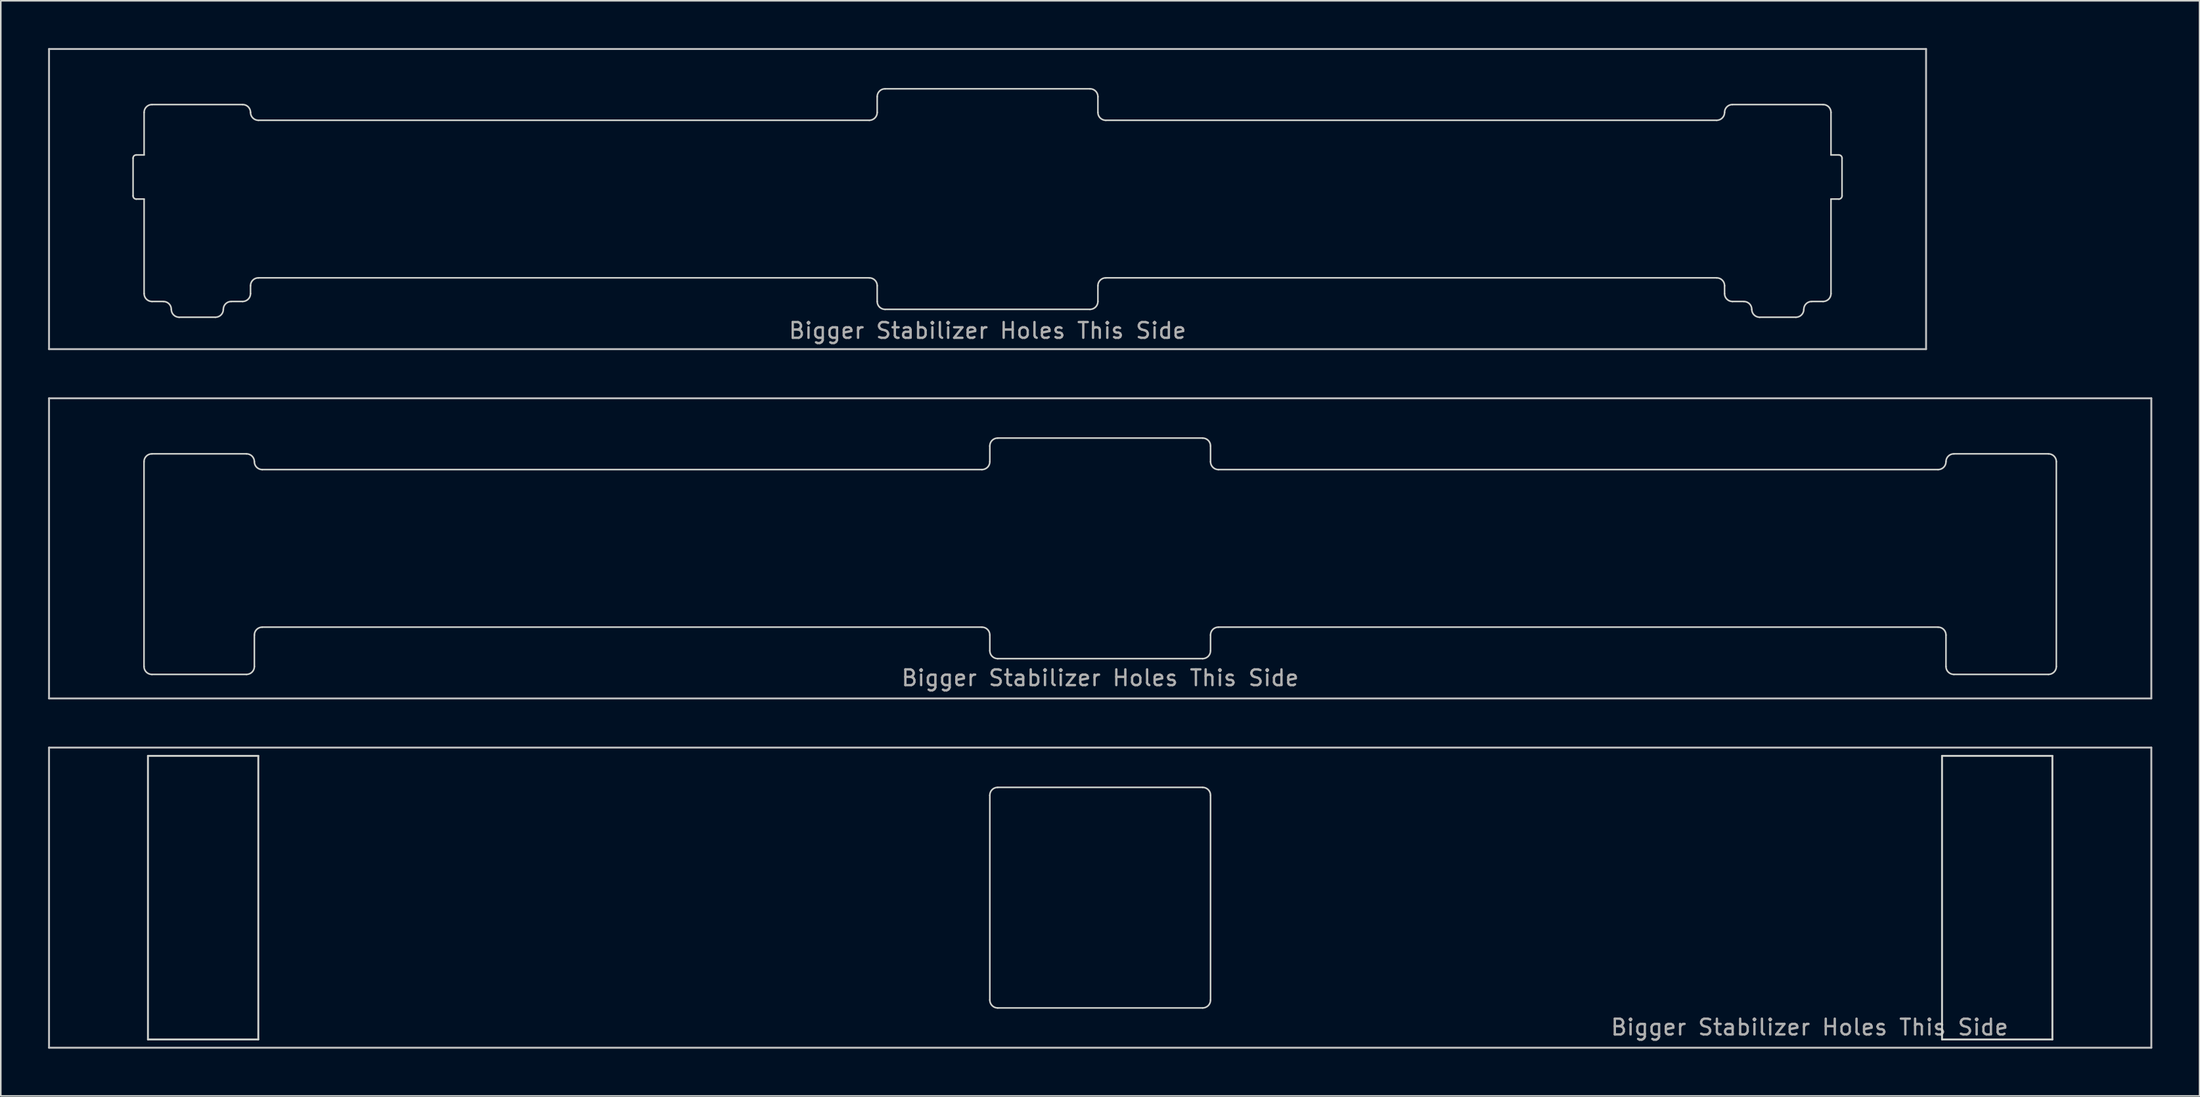
<source format=kicad_pcb>
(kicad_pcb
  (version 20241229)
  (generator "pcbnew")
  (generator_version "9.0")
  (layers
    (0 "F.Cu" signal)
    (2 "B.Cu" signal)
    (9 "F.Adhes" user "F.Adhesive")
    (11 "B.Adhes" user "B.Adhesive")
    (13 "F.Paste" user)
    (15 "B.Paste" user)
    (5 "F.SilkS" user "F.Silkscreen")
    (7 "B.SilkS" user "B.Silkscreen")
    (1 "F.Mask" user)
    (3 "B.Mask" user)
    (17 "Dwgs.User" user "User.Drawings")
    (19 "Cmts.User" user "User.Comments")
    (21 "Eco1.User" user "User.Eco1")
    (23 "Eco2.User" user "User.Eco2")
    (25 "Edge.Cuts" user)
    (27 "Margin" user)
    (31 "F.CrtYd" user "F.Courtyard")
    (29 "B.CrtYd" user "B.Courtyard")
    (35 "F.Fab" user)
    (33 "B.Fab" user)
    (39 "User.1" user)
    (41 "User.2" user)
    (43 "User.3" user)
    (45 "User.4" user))
  (footprint "mx_top_plate_7.00u_pcb_mount"
    (layer "F.Cu")
    (at 66.735 53.925)
    (property "Reference" "mx_top_plate_7.00u_pcb_mount" (at 0 2.381 0) (layer "Eco1.User") (effects (font (size 1 1) (thickness 0.15))))
    (attr through_hole)
    (fp_line (start -66.675 -9.525) (end 66.675 -9.525) (stroke (width 0.12) (type solid)) (layer "Dwgs.User"))
    (fp_line (start -66.675 9.525) (end -66.675 -9.525) (stroke (width 0.12) (type solid)) (layer "Dwgs.User"))
    (fp_line (start 66.675 -9.525) (end 66.675 9.525) (stroke (width 0.12) (type solid)) (layer "Dwgs.User"))
    (fp_line (start 66.675 9.525) (end -66.675 9.525) (stroke (width 0.12) (type solid)) (layer "Dwgs.User"))
    (fp_line (start 0 0) (end -0.5 0) (stroke (width 0.12) (type solid)) (layer "Eco1.User"))
    (fp_line (start 0 0) (end 0 -0.5) (stroke (width 0.12) (type solid)) (layer "Eco1.User"))
    (fp_line (start 0 0) (end 0 0.5) (stroke (width 0.12) (type solid)) (layer "Eco1.User"))
    (fp_line (start 0 0) (end 0.5 0) (stroke (width 0.12) (type solid)) (layer "Eco1.User"))
    (fp_line (start -60.4 -9) (end -53.4 -9) (stroke (width 0.12) (type default)) (layer "Edge.Cuts"))
    (fp_line (start -60.4 9) (end -60.4 -9) (stroke (width 0.12) (type default)) (layer "Edge.Cuts"))
    (fp_line (start -53.4 -9) (end -53.4 9) (stroke (width 0.12) (type default)) (layer "Edge.Cuts"))
    (fp_line (start -53.4 9) (end -60.4 9) (stroke (width 0.12) (type default)) (layer "Edge.Cuts"))
    (fp_line (start -7 -6.491) (end -7 6.5) (stroke (width 0.1) (type solid)) (layer "Edge.Cuts"))
    (fp_line (start -6.5 -7) (end 6.5 -7) (stroke (width 0.1) (type solid)) (layer "Edge.Cuts"))
    (fp_line (start -6.5 7) (end 6.5 7) (stroke (width 0.1) (type solid)) (layer "Edge.Cuts"))
    (fp_line (start 7 -6.491) (end 7 6.509) (stroke (width 0.1) (type solid)) (layer "Edge.Cuts"))
    (fp_line (start 53.4 -9) (end 60.4 -9) (stroke (width 0.12) (type default)) (layer "Edge.Cuts"))
    (fp_line (start 53.4 9) (end 53.4 -9) (stroke (width 0.12) (type default)) (layer "Edge.Cuts"))
    (fp_line (start 60.4 -9) (end 60.4 9) (stroke (width 0.12) (type default)) (layer "Edge.Cuts"))
    (fp_line (start 60.4 9) (end 53.4 9) (stroke (width 0.12) (type default)) (layer "Edge.Cuts"))
    (fp_arc (start -7 -6.5) (mid -6.853553 -6.853553) (end -6.5 -7) (stroke (width 0.1) (type solid)) (layer "Edge.Cuts"))
    (fp_arc (start -6.5 7) (mid -6.853553 6.853553) (end -7 6.5) (stroke (width 0.1) (type solid)) (layer "Edge.Cuts"))
    (fp_arc (start 6.5 -7) (mid 6.853553 -6.853553) (end 7 -6.5) (stroke (width 0.1) (type solid)) (layer "Edge.Cuts"))
    (fp_arc (start 7 6.5) (mid 6.853553 6.853553) (end 6.5 7) (stroke (width 0.1) (type solid)) (layer "Edge.Cuts"))
    (fp_text user "Bigger Stabilizer Holes This Side" (at 45 8.225 0) (unlocked yes) (layer "F.Fab") (effects (font (size 1 1) (thickness 0.15)))))
  (footprint "mx_top_plate_7.00u"
    (layer "F.Cu")
    (at 66.735 31.755)
    (property "Reference" "mx_top_plate_7.00u" (at 0 2.381 0) (layer "Eco1.User") (effects (font (size 1 1) (thickness 0.15))))
    (attr through_hole)
    (fp_line (start -66.675 -9.525) (end 66.675 -9.525) (stroke (width 0.12) (type solid)) (layer "Dwgs.User"))
    (fp_line (start -66.675 9.525) (end -66.675 -9.525) (stroke (width 0.12) (type solid)) (layer "Dwgs.User"))
    (fp_line (start 66.675 -9.525) (end 66.675 9.525) (stroke (width 0.12) (type solid)) (layer "Dwgs.User"))
    (fp_line (start 66.675 9.525) (end -66.675 9.525) (stroke (width 0.12) (type solid)) (layer "Dwgs.User"))
    (fp_line (start 0 0) (end -0.5 0) (stroke (width 0.12) (type solid)) (layer "Eco1.User"))
    (fp_line (start 0 0) (end 0 -0.5) (stroke (width 0.12) (type solid)) (layer "Eco1.User"))
    (fp_line (start 0 0) (end 0 0.5) (stroke (width 0.12) (type solid)) (layer "Eco1.User"))
    (fp_line (start 0 0) (end 0.5 0) (stroke (width 0.12) (type solid)) (layer "Eco1.User"))
    (fp_line (start -60.65 -5.5) (end -60.65 7.5) (stroke (width 0.1) (type solid)) (layer "Edge.Cuts"))
    (fp_line (start -60.15 -6) (end -54.15 -6) (stroke (width 0.1) (type solid)) (layer "Edge.Cuts"))
    (fp_line (start -60.15 8) (end -54.15 8) (stroke (width 0.1) (type solid)) (layer "Edge.Cuts"))
    (fp_line (start -53.65 5.5) (end -53.65 7.5) (stroke (width 0.1) (type solid)) (layer "Edge.Cuts"))
    (fp_line (start -53.15 -5) (end -7.5 -5) (stroke (width 0.1) (type solid)) (layer "Edge.Cuts"))
    (fp_line (start -53.15 5) (end -7.5 5) (stroke (width 0.1) (type solid)) (layer "Edge.Cuts"))
    (fp_line (start -7 -6.5) (end -7 -5.5) (stroke (width 0.1) (type solid)) (layer "Edge.Cuts"))
    (fp_line (start -7 5.5) (end -7 6.5) (stroke (width 0.1) (type solid)) (layer "Edge.Cuts"))
    (fp_line (start -6.5 7) (end 6.5 7) (stroke (width 0.1) (type solid)) (layer "Edge.Cuts"))
    (fp_line (start -6.5 -7) (end 6.5 -7) (stroke (width 0.1) (type solid)) (layer "Edge.Cuts"))
    (fp_line (start 7 5.5) (end 7 6.5) (stroke (width 0.1) (type solid)) (layer "Edge.Cuts"))
    (fp_line (start 7 -6.5) (end 7 -5.5) (stroke (width 0.1) (type solid)) (layer "Edge.Cuts"))
    (fp_line (start 7.5 5) (end 53.15 5) (stroke (width 0.1) (type solid)) (layer "Edge.Cuts"))
    (fp_line (start 7.5 -5) (end 53.15 -5) (stroke (width 0.1) (type solid)) (layer "Edge.Cuts"))
    (fp_line (start 53.65 5.5) (end 53.65 7.5) (stroke (width 0.1) (type solid)) (layer "Edge.Cuts"))
    (fp_line (start 54.15 -6) (end 60.15 -6) (stroke (width 0.1) (type solid)) (layer "Edge.Cuts"))
    (fp_line (start 54.15 8) (end 60.15 8) (stroke (width 0.1) (type solid)) (layer "Edge.Cuts"))
    (fp_line (start 60.65 -5.5) (end 60.65 7.5) (stroke (width 0.1) (type solid)) (layer "Edge.Cuts"))
    (fp_arc (start -60.65 -5.5) (mid -60.503553 -5.853553) (end -60.15 -6) (stroke (width 0.1) (type solid)) (layer "Edge.Cuts"))
    (fp_arc (start -60.15 8.000454) (mid -60.503553 7.854007) (end -60.65 7.500454) (stroke (width 0.1) (type solid)) (layer "Edge.Cuts"))
    (fp_arc (start -54.15 -5.999546) (mid -53.796447 -5.853099) (end -53.65 -5.499546) (stroke (width 0.1) (type solid)) (layer "Edge.Cuts"))
    (fp_arc (start -53.65 5.500012) (mid -53.503553 5.146459) (end -53.15 5.000012) (stroke (width 0.1) (type solid)) (layer "Edge.Cuts"))
    (fp_arc (start -53.65 7.500454) (mid -53.796447 7.854007) (end -54.15 8.000454) (stroke (width 0.1) (type solid)) (layer "Edge.Cuts"))
    (fp_arc (start -53.15 -5) (mid -53.503553 -5.146447) (end -53.65 -5.5) (stroke (width 0.1) (type solid)) (layer "Edge.Cuts"))
    (fp_arc (start -7.499988 5.000012) (mid -7.146435 5.146459) (end -6.999988 5.500012) (stroke (width 0.1) (type solid)) (layer "Edge.Cuts"))
    (fp_arc (start -6.999988 -6.499988) (mid -6.853541 -6.853541) (end -6.499988 -6.999988) (stroke (width 0.1) (type solid)) (layer "Edge.Cuts"))
    (fp_arc (start -6.999988 -5.499988) (mid -7.146435 -5.146435) (end -7.499988 -4.999988) (stroke (width 0.1) (type solid)) (layer "Edge.Cuts"))
    (fp_arc (start -6.499988 7.000012) (mid -6.853541 6.853565) (end -6.999988 6.500012) (stroke (width 0.1) (type solid)) (layer "Edge.Cuts"))
    (fp_arc (start 6.500012 -6.999988) (mid 6.853565 -6.853541) (end 7.000012 -6.499988) (stroke (width 0.1) (type solid)) (layer "Edge.Cuts"))
    (fp_arc (start 6.999672 6.500007) (mid 6.853225 6.85356) (end 6.499672 7.000007) (stroke (width 0.1) (type solid)) (layer "Edge.Cuts"))
    (fp_arc (start 6.999684 5.500019) (mid 7.146119 5.146454) (end 7.499684 5.000019) (stroke (width 0.1) (type solid)) (layer "Edge.Cuts"))
    (fp_arc (start 7.500012 -4.999988) (mid 7.14646 -5.146436) (end 7.000012 -5.499988) (stroke (width 0.1) (type solid)) (layer "Edge.Cuts"))
    (fp_arc (start 53.149696 5.000019) (mid 53.503249 5.146466) (end 53.649696 5.500019) (stroke (width 0.1) (type solid)) (layer "Edge.Cuts"))
    (fp_arc (start 53.65 -5.5) (mid 53.796447 -5.853553) (end 54.15 -6) (stroke (width 0.1) (type solid)) (layer "Edge.Cuts"))
    (fp_arc (start 53.650024 -5.499988) (mid 53.503568 -5.146444) (end 53.150024 -4.999988) (stroke (width 0.1) (type solid)) (layer "Edge.Cuts"))
    (fp_arc (start 54.15 8) (mid 53.796447 7.853553) (end 53.65 7.5) (stroke (width 0.1) (type solid)) (layer "Edge.Cuts"))
    (fp_arc (start 60.15 -6) (mid 60.503553 -5.853553) (end 60.65 -5.5) (stroke (width 0.1) (type solid)) (layer "Edge.Cuts"))
    (fp_arc (start 60.65 7.5) (mid 60.503553 7.853553) (end 60.15 8) (stroke (width 0.1) (type solid)) (layer "Edge.Cuts"))
    (fp_text user "Bigger Stabilizer Holes This Side" (at 0 8.225 0) (unlocked yes) (layer "F.Fab") (effects (font (size 1 1) (thickness 0.15)))))
  (footprint "mx_top_plate_6.25u_plate_mount"
    (layer "F.Cu")
    (at 59.591 9.585)
    (property "Reference" "mx_top_plate_6.25u_plate_mount" (at 0 2.381 0) (layer "Eco1.User") (effects (font (size 1 1) (thickness 0.15))))
    (attr through_hole)
    (fp_line (start -59.531 -9.525) (end 59.531 -9.525) (stroke (width 0.12) (type solid)) (layer "Dwgs.User"))
    (fp_line (start -59.531 9.525) (end -59.531 -9.525) (stroke (width 0.12) (type solid)) (layer "Dwgs.User"))
    (fp_line (start 59.531 -9.525) (end 59.531 9.525) (stroke (width 0.12) (type solid)) (layer "Dwgs.User"))
    (fp_line (start 59.531 9.525) (end -59.531 9.525) (stroke (width 0.12) (type solid)) (layer "Dwgs.User"))
    (fp_line (start 0 0) (end -0.5 0) (stroke (width 0.12) (type solid)) (layer "Eco1.User"))
    (fp_line (start 0 0) (end 0 -0.5) (stroke (width 0.12) (type solid)) (layer "Eco1.User"))
    (fp_line (start 0 0) (end 0 0.5) (stroke (width 0.12) (type solid)) (layer "Eco1.User"))
    (fp_line (start 0 0) (end 0.5 0) (stroke (width 0.12) (type solid)) (layer "Eco1.User"))
    (fp_line (start -54.2 -2.6) (end -54.2 -0.2) (stroke (width 0.1) (type solid)) (layer "Edge.Cuts"))
    (fp_line (start -54 -2.8) (end -53.5 -2.8) (stroke (width 0.1) (type solid)) (layer "Edge.Cuts"))
    (fp_line (start -54 0) (end -53.5 0) (stroke (width 0.1) (type solid)) (layer "Edge.Cuts"))
    (fp_line (start -53.5 -5.5) (end -53.5 -2.8) (stroke (width 0.1) (type solid)) (layer "Edge.Cuts"))
    (fp_line (start -53.5 0) (end -53.5 6) (stroke (width 0.1) (type solid)) (layer "Edge.Cuts"))
    (fp_line (start -53 -6) (end -47.25 -6) (stroke (width 0.1) (type solid)) (layer "Edge.Cuts"))
    (fp_line (start -53 6.5) (end -52.275 6.5) (stroke (width 0.1) (type solid)) (layer "Edge.Cuts"))
    (fp_line (start -51.275 7.5) (end -48.975 7.5) (stroke (width 0.1) (type solid)) (layer "Edge.Cuts"))
    (fp_line (start -47.975 6.5) (end -47.25 6.5) (stroke (width 0.1) (type solid)) (layer "Edge.Cuts"))
    (fp_line (start -46.75 6) (end -46.75 5.5) (stroke (width 0.1) (type solid)) (layer "Edge.Cuts"))
    (fp_line (start -46.25 -5) (end -7.5 -5) (stroke (width 0.1) (type solid)) (layer "Edge.Cuts"))
    (fp_line (start -46.25 5) (end -7.5 5) (stroke (width 0.1) (type solid)) (layer "Edge.Cuts"))
    (fp_line (start -7 -6.5) (end -7 -5.5) (stroke (width 0.1) (type solid)) (layer "Edge.Cuts"))
    (fp_line (start -7 5.5) (end -7 6.5) (stroke (width 0.1) (type solid)) (layer "Edge.Cuts"))
    (fp_line (start -6.5 -7) (end 6.5 -7) (stroke (width 0.1) (type solid)) (layer "Edge.Cuts"))
    (fp_line (start -6.5 7) (end 6.5 7) (stroke (width 0.1) (type solid)) (layer "Edge.Cuts"))
    (fp_line (start 7 5.5) (end 7 6.5) (stroke (width 0.1) (type solid)) (layer "Edge.Cuts"))
    (fp_line (start 7 -6.5) (end 7 -5.5) (stroke (width 0.1) (type solid)) (layer "Edge.Cuts"))
    (fp_line (start 7.5 5) (end 46.25 5) (stroke (width 0.1) (type solid)) (layer "Edge.Cuts"))
    (fp_line (start 7.5 -5) (end 46.25 -5) (stroke (width 0.1) (type solid)) (layer "Edge.Cuts"))
    (fp_line (start 46.75 5.5) (end 46.75 6) (stroke (width 0.1) (type solid)) (layer "Edge.Cuts"))
    (fp_line (start 47.975 6.5) (end 47.25 6.5) (stroke (width 0.1) (type solid)) (layer "Edge.Cuts"))
    (fp_line (start 51.275 7.5) (end 48.975 7.5) (stroke (width 0.1) (type solid)) (layer "Edge.Cuts"))
    (fp_line (start 53 -6) (end 47.25 -6) (stroke (width 0.1) (type solid)) (layer "Edge.Cuts"))
    (fp_line (start 53 6.5) (end 52.275 6.5) (stroke (width 0.1) (type solid)) (layer "Edge.Cuts"))
    (fp_line (start 53.5 -5.5) (end 53.5 -2.8) (stroke (width 0.1) (type solid)) (layer "Edge.Cuts"))
    (fp_line (start 53.5 0) (end 53.5 6) (stroke (width 0.1) (type solid)) (layer "Edge.Cuts"))
    (fp_line (start 54 -2.8) (end 53.5 -2.8) (stroke (width 0.1) (type solid)) (layer "Edge.Cuts"))
    (fp_line (start 54 0) (end 53.5 0) (stroke (width 0.1) (type solid)) (layer "Edge.Cuts"))
    (fp_line (start 54.2 -2.6) (end 54.2 -0.2) (stroke (width 0.1) (type solid)) (layer "Edge.Cuts"))
    (fp_arc (start -54.2 -2.6) (mid -54.141421 -2.741421) (end -54 -2.8) (stroke (width 0.1) (type solid)) (layer "Edge.Cuts"))
    (fp_arc (start -54 0) (mid -54.141421 -0.058579) (end -54.2 -0.2) (stroke (width 0.1) (type solid)) (layer "Edge.Cuts"))
    (fp_arc (start -53.5 -5.5) (mid -53.353553 -5.853553) (end -53 -6) (stroke (width 0.1) (type solid)) (layer "Edge.Cuts"))
    (fp_arc (start -53 6.5) (mid -53.353553 6.353553) (end -53.5 6) (stroke (width 0.1) (type solid)) (layer "Edge.Cuts"))
    (fp_arc (start -52.275 6.5) (mid -51.921447 6.646447) (end -51.775 7) (stroke (width 0.1) (type solid)) (layer "Edge.Cuts"))
    (fp_arc (start -51.275 7.5) (mid -51.628553 7.353553) (end -51.775 7) (stroke (width 0.1) (type solid)) (layer "Edge.Cuts"))
    (fp_arc (start -48.475 7) (mid -48.621447 7.353553) (end -48.975 7.5) (stroke (width 0.1) (type solid)) (layer "Edge.Cuts"))
    (fp_arc (start -48.475 7) (mid -48.328553 6.646447) (end -47.975 6.5) (stroke (width 0.1) (type solid)) (layer "Edge.Cuts"))
    (fp_arc (start -47.25 -6) (mid -46.896447 -5.853553) (end -46.75 -5.5) (stroke (width 0.1) (type solid)) (layer "Edge.Cuts"))
    (fp_arc (start -46.75 5.5) (mid -46.603553 5.146447) (end -46.25 5) (stroke (width 0.1) (type solid)) (layer "Edge.Cuts"))
    (fp_arc (start -46.75 6) (mid -46.896447 6.353553) (end -47.25 6.5) (stroke (width 0.1) (type solid)) (layer "Edge.Cuts"))
    (fp_arc (start -46.25 -5) (mid -46.603553 -5.146447) (end -46.75 -5.5) (stroke (width 0.1) (type solid)) (layer "Edge.Cuts"))
    (fp_arc (start -7.5 5) (mid -7.146447 5.146447) (end -7 5.5) (stroke (width 0.1) (type solid)) (layer "Edge.Cuts"))
    (fp_arc (start -7 -6.5) (mid -6.853553 -6.853553) (end -6.5 -7) (stroke (width 0.1) (type solid)) (layer "Edge.Cuts"))
    (fp_arc (start -7 -5.5) (mid -7.146447 -5.146447) (end -7.5 -5) (stroke (width 0.1) (type solid)) (layer "Edge.Cuts"))
    (fp_arc (start -6.5 7) (mid -6.853553 6.853553) (end -7 6.5) (stroke (width 0.1) (type solid)) (layer "Edge.Cuts"))
    (fp_arc (start 6.5 -7) (mid 6.853553 -6.853553) (end 7 -6.5) (stroke (width 0.1) (type solid)) (layer "Edge.Cuts"))
    (fp_arc (start 6.999672 5.500007) (mid 7.146109 5.146444) (end 7.499672 5.000007) (stroke (width 0.1) (type solid)) (layer "Edge.Cuts"))
    (fp_arc (start 6.999672 6.500007) (mid 6.853216 6.853551) (end 6.499672 7.000007) (stroke (width 0.1) (type solid)) (layer "Edge.Cuts"))
    (fp_arc (start 7.5 -5) (mid 7.146446 -5.146447) (end 7 -5.5) (stroke (width 0.1) (type solid)) (layer "Edge.Cuts"))
    (fp_arc (start 46.25 5) (mid 46.603553 5.146447) (end 46.75 5.5) (stroke (width 0.1) (type solid)) (layer "Edge.Cuts"))
    (fp_arc (start 46.75 -5.5) (mid 46.603553 -5.146447) (end 46.25 -5) (stroke (width 0.1) (type solid)) (layer "Edge.Cuts"))
    (fp_arc (start 46.75 -5.5) (mid 46.896447 -5.853553) (end 47.25 -6) (stroke (width 0.1) (type solid)) (layer "Edge.Cuts"))
    (fp_arc (start 47.25 6.5) (mid 46.896447 6.353553) (end 46.75 6) (stroke (width 0.1) (type solid)) (layer "Edge.Cuts"))
    (fp_arc (start 47.975 6.5) (mid 48.328553 6.646447) (end 48.475 7) (stroke (width 0.1) (type solid)) (layer "Edge.Cuts"))
    (fp_arc (start 48.975 7.5) (mid 48.621447 7.353553) (end 48.475 7) (stroke (width 0.1) (type solid)) (layer "Edge.Cuts"))
    (fp_arc (start 51.775 7) (mid 51.628553 7.353553) (end 51.275 7.5) (stroke (width 0.1) (type solid)) (layer "Edge.Cuts"))
    (fp_arc (start 51.775 7) (mid 51.921447 6.646447) (end 52.275 6.5) (stroke (width 0.1) (type solid)) (layer "Edge.Cuts"))
    (fp_arc (start 53 -6) (mid 53.353553 -5.853553) (end 53.5 -5.5) (stroke (width 0.1) (type solid)) (layer "Edge.Cuts"))
    (fp_arc (start 53.5 6) (mid 53.353553 6.353553) (end 53 6.5) (stroke (width 0.1) (type solid)) (layer "Edge.Cuts"))
    (fp_arc (start 54 -2.8) (mid 54.141421 -2.741421) (end 54.2 -2.6) (stroke (width 0.1) (type solid)) (layer "Edge.Cuts"))
    (fp_arc (start 54.2 -0.2) (mid 54.141421 -0.058579) (end 54 0) (stroke (width 0.1) (type solid)) (layer "Edge.Cuts"))
    (fp_text user "Bigger Stabilizer Holes This Side" (at 0 8.35 0) (unlocked yes) (layer "F.Fab") (effects (font (size 1 1) (thickness 0.15)))))
  (gr_rect
    (start -3 -3)
    (end 136.47 66.51)
    (stroke (width 0.1) (type default))
    (fill no)
    (layer "Edge.Cuts")))
</source>
